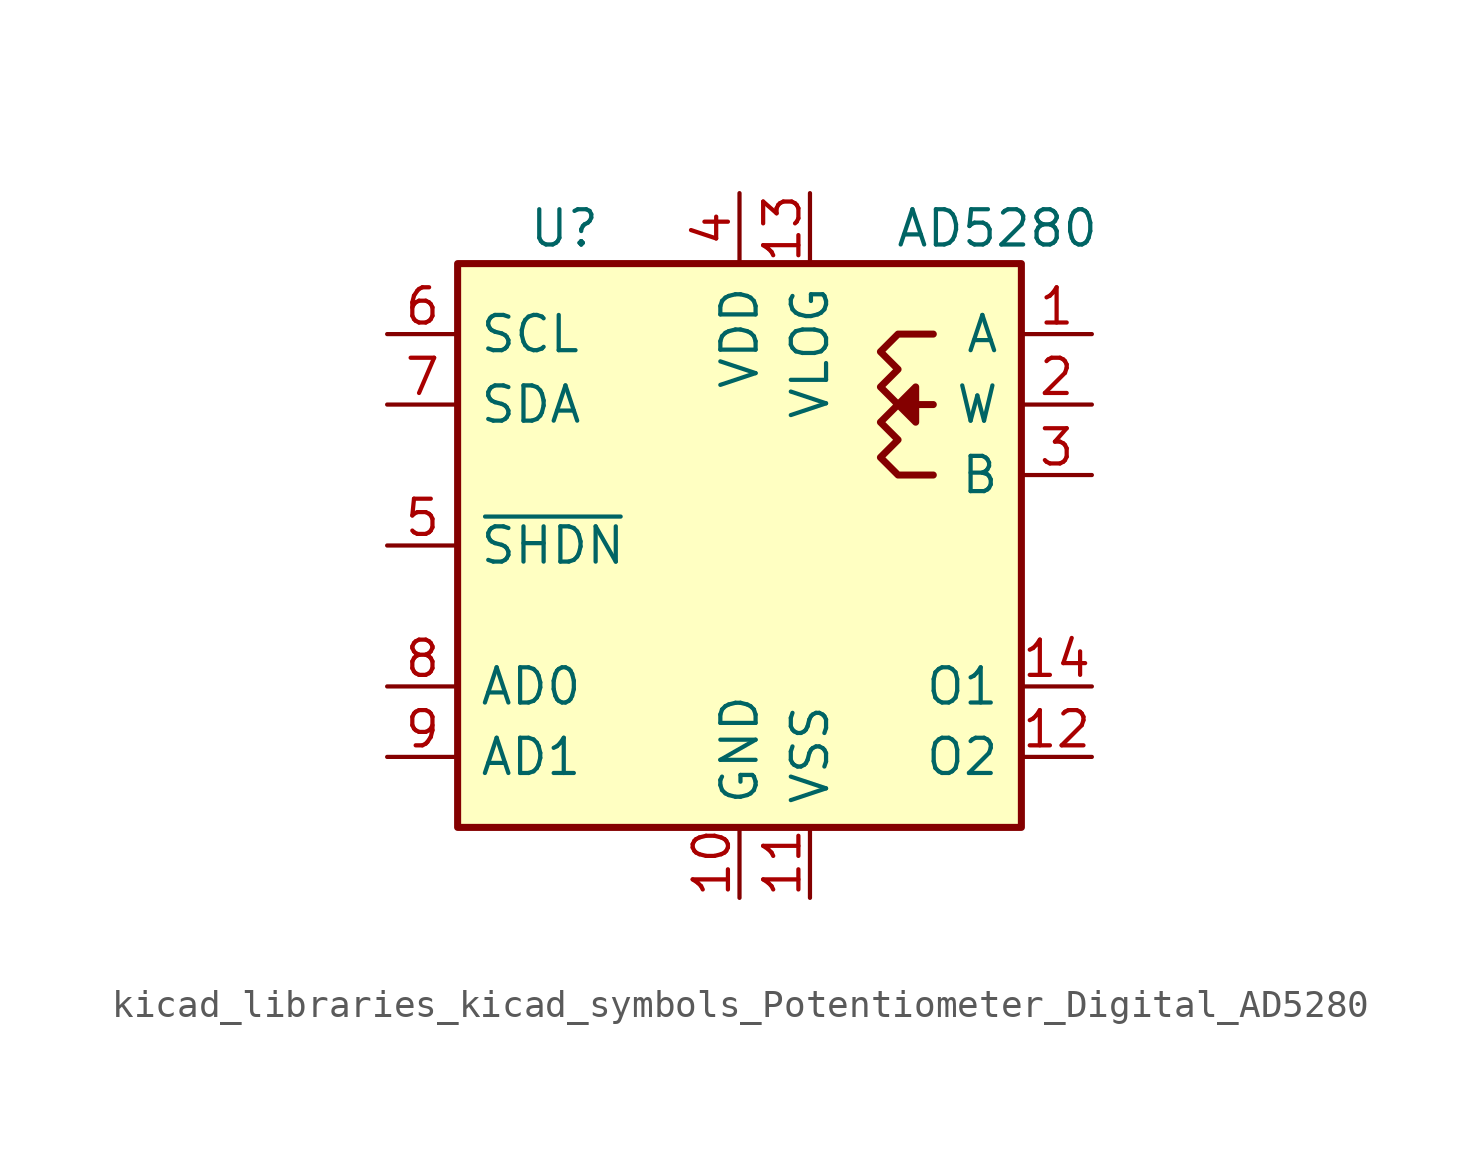
<source format=kicad_sym>
(kicad_symbol_lib
  (version 20220914)
  (generator kicad_symbol_editor)
  (symbol "kicad_libraries_kicad_symbols_Potentiometer_Digital_AD5280"
    (pin_names
      (offset 0.762))
    (property "Reference" "U"
      (at -7.62 11.43 0)
      (effects (font (size 1.27 1.27)) (justify left)))
    (property "Value" "AD5280"
      (at 5.588 11.43 0)
      (effects (font (size 1.27 1.27)) (justify left)))
    (symbol "kicad_libraries_kicad_symbols_Potentiometer_Digital_AD5280_0_1"
      (rectangle (start -10.16 10.16) (end 10.16 -10.16) (stroke (width 0.254) (type default)) (fill (type background)))
      (polyline (pts (xy 6.985 5.08) (xy 6.35 5.08) (xy 5.715 5.08) (xy 6.35 5.715) (xy 6.35 4.445) (xy 5.715 5.08)) (stroke (width 0.254) (type default)) (fill (type outline)))
      (polyline (pts (xy 6.985 7.62) (xy 5.715 7.62) (xy 5.08 6.985) (xy 5.715 6.35) (xy 5.08 5.715) (xy 5.715 5.08) (xy 5.08 4.445) (xy 5.715 3.81) (xy 5.08 3.175) (xy 5.715 2.54) (xy 6.985 2.54)) (stroke (width 0.254) (type default)) (fill (type none))))
    (symbol "kicad_libraries_kicad_symbols_Potentiometer_Digital_AD5280_1_1"
      (pin passive line (at 12.7 7.62 180) (length 2.54) (name "A" (effects (font (size 1.27 1.27)))) (number "1" (effects (font (size 1.27 1.27)))))
      (pin power_in line (at 0 -12.7 90) (length 2.54) (name "GND" (effects (font (size 1.27 1.27)))) (number "10" (effects (font (size 1.27 1.27)))))
      (pin power_in line (at 2.54 -12.7 90) (length 2.54) (name "VSS" (effects (font (size 1.27 1.27)))) (number "11" (effects (font (size 1.27 1.27)))))
      (pin output line (at 12.7 -7.62 180) (length 2.54) (name "O2" (effects (font (size 1.27 1.27)))) (number "12" (effects (font (size 1.27 1.27)))))
      (pin power_in line (at 2.54 12.7 270) (length 2.54) (name "VLOG" (effects (font (size 1.27 1.27)))) (number "13" (effects (font (size 1.27 1.27)))))
      (pin output line (at 12.7 -5.08 180) (length 2.54) (name "O1" (effects (font (size 1.27 1.27)))) (number "14" (effects (font (size 1.27 1.27)))))
      (pin passive line (at 12.7 5.08 180) (length 2.54) (name "W" (effects (font (size 1.27 1.27)))) (number "2" (effects (font (size 1.27 1.27)))))
      (pin passive line (at 12.7 2.54 180) (length 2.54) (name "B" (effects (font (size 1.27 1.27)))) (number "3" (effects (font (size 1.27 1.27)))))
      (pin power_in line (at 0 12.7 270) (length 2.54) (name "VDD" (effects (font (size 1.27 1.27)))) (number "4" (effects (font (size 1.27 1.27)))))
      (pin input line (at -12.7 0 0) (length 2.54) (name "~{SHDN}" (effects (font (size 1.27 1.27)))) (number "5" (effects (font (size 1.27 1.27)))))
      (pin input line (at -12.7 7.62 0) (length 2.54) (name "SCL" (effects (font (size 1.27 1.27)))) (number "6" (effects (font (size 1.27 1.27)))))
      (pin bidirectional line (at -12.7 5.08 0) (length 2.54) (name "SDA" (effects (font (size 1.27 1.27)))) (number "7" (effects (font (size 1.27 1.27)))))
      (pin input line (at -12.7 -5.08 0) (length 2.54) (name "AD0" (effects (font (size 1.27 1.27)))) (number "8" (effects (font (size 1.27 1.27)))))
      (pin input line (at -12.7 -7.62 0) (length 2.54) (name "AD1" (effects (font (size 1.27 1.27)))) (number "9" (effects (font (size 1.27 1.27))))))))
</source>
